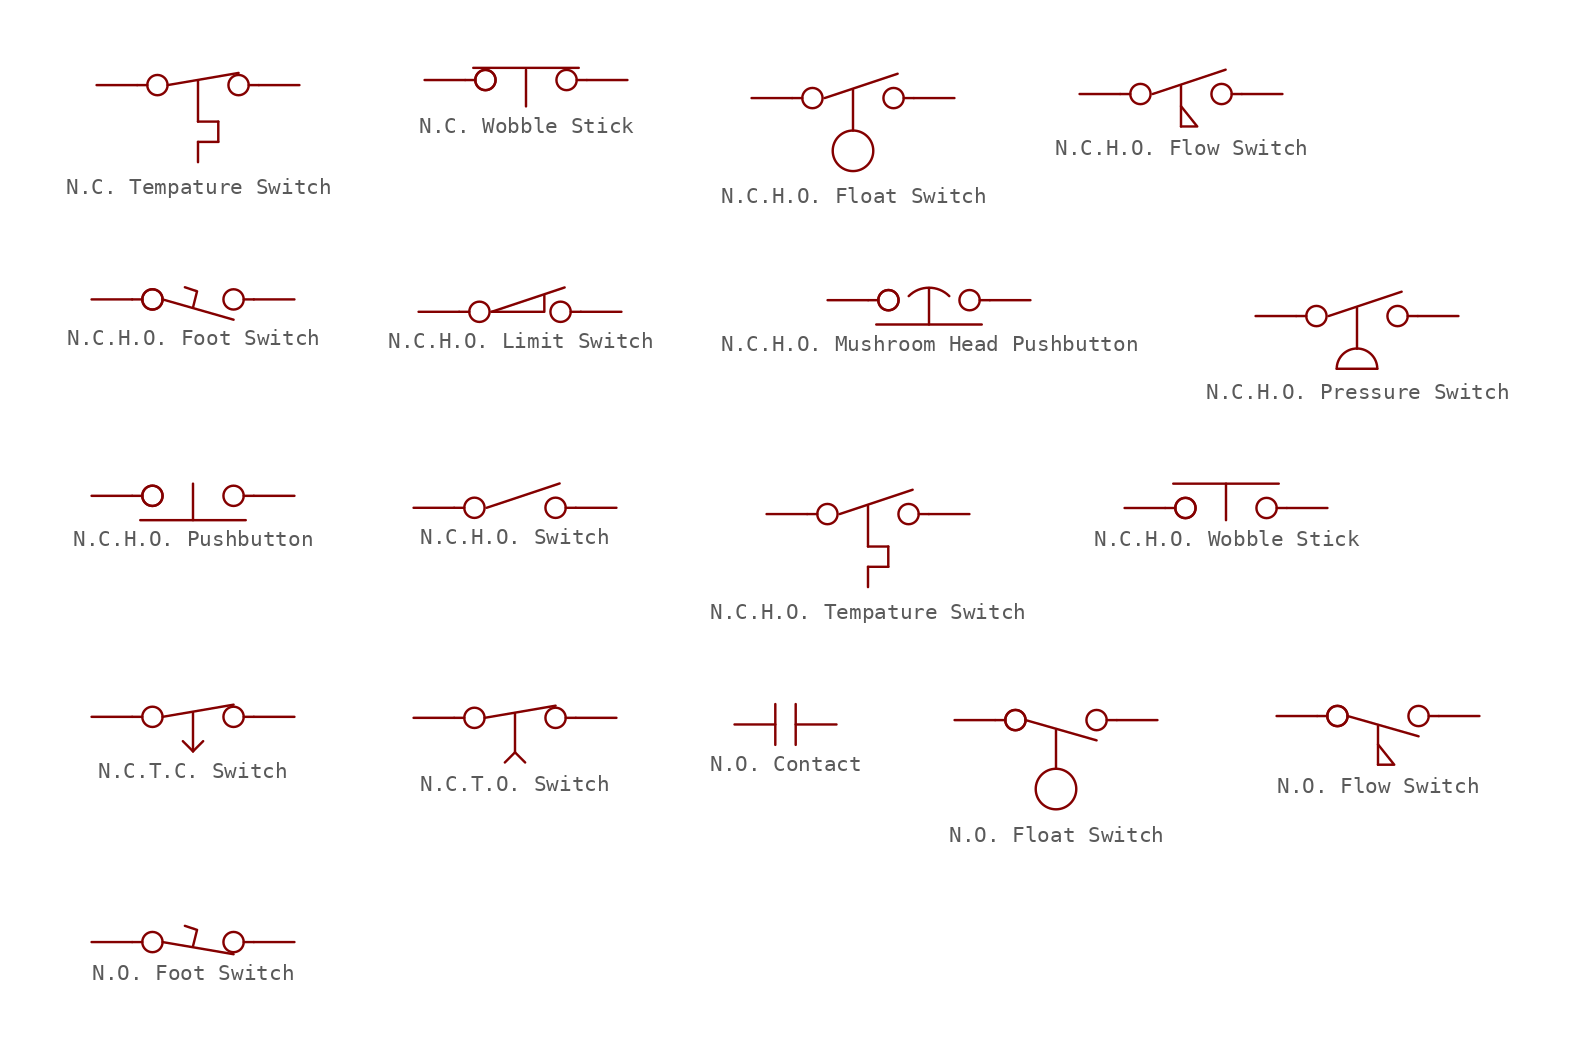
<source format=kicad_sym>
(kicad_symbol_lib
  (version 20241209)
  (generator "kicad_symbol_editor")
  (generator_version "9.0")
  (symbol "N.C. Tempature Switch"
    (property "Reference" "U"
      (at 0 1.524 0)
      (effects (font (size 1.27 1.27)) (hide yes)))
    (property "Value" ""
      (at 0 0 0)
      (effects (font (size 1.27 1.27))))
    (symbol "N.C. Tempature Switch_0_1"
      (polyline (pts (xy -3.81 0) (xy -3.175 0)) (stroke (width 0) (type default)) (fill (type none)))
      (circle (center -2.54 0) (radius 0.635) (stroke (width 0) (type default)) (fill (type none)))
      (polyline (pts (xy -1.905 0) (xy 2.54 0.762)) (stroke (width 0) (type default)) (fill (type none)))
      (polyline (pts (xy 0 0.254) (xy 0 -2.286)) (stroke (width 0) (type default)) (fill (type none)))
      (polyline (pts (xy 0 -2.286) (xy 1.27 -2.286)) (stroke (width 0) (type default)) (fill (type none)))
      (polyline (pts (xy 0 -3.556) (xy 0 -4.826)) (stroke (width 0) (type default)) (fill (type none)))
      (polyline (pts (xy 1.27 -3.556) (xy 0 -3.556)) (stroke (width 0) (type default)) (fill (type none)))
      (polyline (pts (xy 1.27 -3.556) (xy 1.27 -2.286)) (stroke (width 0) (type default)) (fill (type none)))
      (circle (center 2.54 0) (radius 0.635) (stroke (width 0) (type default)) (fill (type none)))
      (polyline (pts (xy 3.81 0) (xy 3.175 0)) (stroke (width 0) (type default)) (fill (type none))))
    (symbol "N.C. Tempature Switch_1_1"
      (pin input line (at -6.35 0 0) (length 2.54) (name "" (effects (font (size 1.27 1.27)))) (number "" (effects (font (size 1.27 1.27)))))
      (pin input line (at 6.35 0 180) (length 2.54) (name "" (effects (font (size 1.27 1.27)))) (number "" (effects (font (size 1.27 1.27)))))))
  (symbol "N.C. Wobble Stick"
    (property "Reference" "U"
      (at 0 2.032 0)
      (effects (font (size 1.27 1.27)) (hide yes)))
    (property "Value" ""
      (at 0 0 0)
      (effects (font (size 1.27 1.27))))
    (symbol "N.C. Wobble Stick_0_1"
      (polyline (pts (xy -3.81 0) (xy -3.175 0)) (stroke (width 0) (type default)) (fill (type none)))
      (polyline (pts (xy -3.302 0.762) (xy 3.302 0.762)) (stroke (width 0) (type default)) (fill (type none)))
      (circle (center -2.54 0) (radius 0.635) (stroke (width 0) (type default)) (fill (type none)))
      (circle (center -2.54 0) (radius 0.635) (stroke (width 0) (type default)) (fill (type none)))
      (polyline (pts (xy 0 -1.651) (xy 0 0.635)) (stroke (width 0) (type default)) (fill (type none)))
      (circle (center 2.54 0) (radius 0.635) (stroke (width 0) (type default)) (fill (type none)))
      (polyline (pts (xy 3.81 0) (xy 3.175 0)) (stroke (width 0) (type default)) (fill (type none))))
    (symbol "N.C. Wobble Stick_1_1"
      (pin input line (at -6.35 0 0) (length 2.54) (name "" (effects (font (size 1.27 1.27)))) (number "" (effects (font (size 1.27 1.27)))))
      (pin input line (at 6.35 0 180) (length 2.54) (name "" (effects (font (size 1.27 1.27)))) (number "" (effects (font (size 1.27 1.27)))))))
  (symbol "N.C.H.O. Float Switch"
    (property "Reference" "U"
      (at 0 2.794 0)
      (effects (font (size 1.27 1.27)) (hide yes)))
    (property "Value" ""
      (at 0 0 0)
      (effects (font (size 1.27 1.27))))
    (symbol "N.C.H.O. Float Switch_0_1"
      (polyline (pts (xy -3.81 0) (xy -3.175 0)) (stroke (width 0) (type default)) (fill (type none)))
      (circle (center -2.54 0) (radius 0.635) (stroke (width 0) (type default)) (fill (type none)))
      (polyline (pts (xy -1.778 0) (xy 2.794 1.524)) (stroke (width 0) (type default)) (fill (type none)))
      (polyline (pts (xy 0 0.508) (xy 0 -2.032)) (stroke (width 0) (type default)) (fill (type none)))
      (circle (center 0 -3.302) (radius 1.27) (stroke (width 0) (type default)) (fill (type none)))
      (circle (center 2.54 0) (radius 0.635) (stroke (width 0) (type default)) (fill (type none)))
      (polyline (pts (xy 3.81 0) (xy 3.175 0)) (stroke (width 0) (type default)) (fill (type none))))
    (symbol "N.C.H.O. Float Switch_1_1"
      (pin input line (at -6.35 0 0) (length 2.54) (name "" (effects (font (size 1.27 1.27)))) (number "" (effects (font (size 1.27 1.27)))))
      (pin input line (at 6.35 0 180) (length 2.54) (name "" (effects (font (size 1.27 1.27)))) (number "" (effects (font (size 1.27 1.27)))))))
  (symbol "N.C.H.O. Flow Switch"
    (property "Reference" "U"
      (at 0 2.794 0)
      (effects (font (size 1.27 1.27)) (hide yes)))
    (property "Value" ""
      (at 0 0 0)
      (effects (font (size 1.27 1.27))))
    (symbol "N.C.H.O. Flow Switch_0_1"
      (polyline (pts (xy -3.81 0) (xy -3.175 0)) (stroke (width 0) (type default)) (fill (type none)))
      (circle (center -2.54 0) (radius 0.635) (stroke (width 0) (type default)) (fill (type none)))
      (polyline (pts (xy -1.778 0) (xy 2.794 1.524)) (stroke (width 0) (type default)) (fill (type none)))
      (polyline (pts (xy 0 0.508) (xy 0 -2.032)) (stroke (width 0) (type default)) (fill (type none)))
      (polyline (pts (xy 0 -0.762) (xy 1.016 -2.032) (xy 0.254 -2.032) (xy 0 -2.032)) (stroke (width 0) (type default)) (fill (type none)))
      (circle (center 2.54 0) (radius 0.635) (stroke (width 0) (type default)) (fill (type none)))
      (polyline (pts (xy 3.81 0) (xy 3.175 0)) (stroke (width 0) (type default)) (fill (type none))))
    (symbol "N.C.H.O. Flow Switch_1_1"
      (pin input line (at -6.35 0 0) (length 2.54) (name "" (effects (font (size 1.27 1.27)))) (number "" (effects (font (size 1.27 1.27)))))
      (pin input line (at 6.35 0 180) (length 2.54) (name "" (effects (font (size 1.27 1.27)))) (number "" (effects (font (size 1.27 1.27)))))))
  (symbol "N.C.H.O. Foot Switch"
    (property "Reference" "U"
      (at 0 3.302 0)
      (effects (font (size 1.27 1.27)) (hide yes)))
    (property "Value" ""
      (at 0 0 0)
      (effects (font (size 1.27 1.27))))
    (symbol "N.C.H.O. Foot Switch_0_1"
      (polyline (pts (xy -3.81 0) (xy -3.175 0)) (stroke (width 0) (type default)) (fill (type none)))
      (circle (center -2.54 0) (radius 0.635) (stroke (width 0) (type default)) (fill (type none)))
      (circle (center -2.54 0) (radius 0.635) (stroke (width 0) (type default)) (fill (type none)))
      (polyline (pts (xy -1.905 0) (xy 2.54 -1.27)) (stroke (width 0) (type default)) (fill (type none)))
      (polyline (pts (xy 0 -0.508) (xy 0.254 0.508) (xy -0.508 0.762)) (stroke (width 0) (type default)) (fill (type none)))
      (circle (center 2.54 0) (radius 0.635) (stroke (width 0) (type default)) (fill (type none)))
      (polyline (pts (xy 3.81 0) (xy 3.175 0)) (stroke (width 0) (type default)) (fill (type none))))
    (symbol "N.C.H.O. Foot Switch_1_1"
      (pin input line (at -6.35 0 0) (length 2.54) (name "" (effects (font (size 1.27 1.27)))) (number "" (effects (font (size 1.27 1.27)))))
      (pin input line (at 6.35 0 180) (length 2.54) (name "" (effects (font (size 1.27 1.27)))) (number "" (effects (font (size 1.27 1.27)))))))
  (symbol "N.C.H.O. Limit Switch"
    (property "Reference" "U"
      (at 0 2.794 0)
      (effects (font (size 1.27 1.27)) (hide yes)))
    (property "Value" ""
      (at 0 0 0)
      (effects (font (size 1.27 1.27))))
    (symbol "N.C.H.O. Limit Switch_0_1"
      (polyline (pts (xy -3.81 0) (xy -3.175 0)) (stroke (width 0) (type default)) (fill (type none)))
      (circle (center -2.54 0) (radius 0.635) (stroke (width 0) (type default)) (fill (type none)))
      (polyline (pts (xy -1.778 0) (xy 2.794 1.524)) (stroke (width 0) (type default)) (fill (type none)))
      (polyline (pts (xy -1.778 0) (xy 1.524 0) (xy 1.524 1.016)) (stroke (width 0) (type default)) (fill (type none)))
      (circle (center 2.54 0) (radius 0.635) (stroke (width 0) (type default)) (fill (type none)))
      (polyline (pts (xy 3.81 0) (xy 3.175 0)) (stroke (width 0) (type default)) (fill (type none))))
    (symbol "N.C.H.O. Limit Switch_1_1"
      (pin input line (at -6.35 0 0) (length 2.54) (name "" (effects (font (size 1.27 1.27)))) (number "" (effects (font (size 1.27 1.27)))))
      (pin input line (at 6.35 0 180) (length 2.54) (name "" (effects (font (size 1.27 1.27)))) (number "" (effects (font (size 1.27 1.27)))))))
  (symbol "N.C.H.O. Mushroom Head Pushbutton"
    (property "Reference" "U"
      (at 0 2.032 0)
      (effects (font (size 1.27 1.27)) (hide yes)))
    (property "Value" ""
      (at 0 0 0)
      (effects (font (size 1.27 1.27))))
    (symbol "N.C.H.O. Mushroom Head Pushbutton_0_1"
      (polyline (pts (xy -3.81 0) (xy -3.175 0)) (stroke (width 0) (type default)) (fill (type none)))
      (polyline (pts (xy -3.302 -1.524) (xy 3.302 -1.524)) (stroke (width 0) (type default)) (fill (type none)))
      (circle (center -2.54 0) (radius 0.635) (stroke (width 0) (type default)) (fill (type none)))
      (circle (center -2.54 0) (radius 0.635) (stroke (width 0) (type default)) (fill (type none)))
      (arc (start -1.27 0.2538) (mid 0 0.7799) (end 1.27 0.2538) (stroke (width 0) (type default)) (fill (type none)))
      (polyline (pts (xy 0 -1.524) (xy 0 0.762)) (stroke (width 0) (type default)) (fill (type none)))
      (circle (center 2.54 0) (radius 0.635) (stroke (width 0) (type default)) (fill (type none)))
      (polyline (pts (xy 3.81 0) (xy 3.175 0)) (stroke (width 0) (type default)) (fill (type none))))
    (symbol "N.C.H.O. Mushroom Head Pushbutton_1_1"
      (pin input line (at -6.35 0 0) (length 2.54) (name "" (effects (font (size 1.27 1.27)))) (number "" (effects (font (size 1.27 1.27)))))
      (pin input line (at 6.35 0 180) (length 2.54) (name "" (effects (font (size 1.27 1.27)))) (number "" (effects (font (size 1.27 1.27)))))))
  (symbol "N.C.H.O. Pressure Switch"
    (property "Reference" "U"
      (at 0 2.794 0)
      (effects (font (size 1.27 1.27)) (hide yes)))
    (property "Value" ""
      (at 0 0 0)
      (effects (font (size 1.27 1.27))))
    (symbol "N.C.H.O. Pressure Switch_0_1"
      (polyline (pts (xy -3.81 0) (xy -3.175 0)) (stroke (width 0) (type default)) (fill (type none)))
      (circle (center -2.54 0) (radius 0.635) (stroke (width 0) (type default)) (fill (type none)))
      (polyline (pts (xy -1.778 0) (xy 2.794 1.524)) (stroke (width 0) (type default)) (fill (type none)))
      (polyline (pts (xy -1.27 -3.302) (xy 1.27 -3.302)) (stroke (width 0) (type default)) (fill (type none)))
      (arc (start 0 -2.032) (mid 0.898 -2.404) (end 1.27 -3.302) (stroke (width 0) (type default)) (fill (type none)))
      (polyline (pts (xy 0 0.508) (xy 0 -2.032)) (stroke (width 0) (type default)) (fill (type none)))
      (arc (start -1.27 -3.302) (mid -0.898 -2.404) (end 0 -2.032) (stroke (width 0) (type default)) (fill (type none)))
      (circle (center 2.54 0) (radius 0.635) (stroke (width 0) (type default)) (fill (type none)))
      (polyline (pts (xy 3.81 0) (xy 3.175 0)) (stroke (width 0) (type default)) (fill (type none))))
    (symbol "N.C.H.O. Pressure Switch_1_1"
      (pin input line (at -6.35 0 0) (length 2.54) (name "" (effects (font (size 1.27 1.27)))) (number "" (effects (font (size 1.27 1.27)))))
      (pin input line (at 6.35 0 180) (length 2.54) (name "" (effects (font (size 1.27 1.27)))) (number "" (effects (font (size 1.27 1.27)))))))
  (symbol "N.C.H.O. Pushbutton"
    (property "Reference" "U"
      (at 0 2.032 0)
      (effects (font (size 1.27 1.27)) (hide yes)))
    (property "Value" ""
      (at 0 0 0)
      (effects (font (size 1.27 1.27))))
    (symbol "N.C.H.O. Pushbutton_0_1"
      (polyline (pts (xy -3.81 0) (xy -3.175 0)) (stroke (width 0) (type default)) (fill (type none)))
      (polyline (pts (xy -3.302 -1.524) (xy 3.302 -1.524)) (stroke (width 0) (type default)) (fill (type none)))
      (circle (center -2.54 0) (radius 0.635) (stroke (width 0) (type default)) (fill (type none)))
      (circle (center -2.54 0) (radius 0.635) (stroke (width 0) (type default)) (fill (type none)))
      (polyline (pts (xy 0 -1.524) (xy 0 0.762)) (stroke (width 0) (type default)) (fill (type none)))
      (circle (center 2.54 0) (radius 0.635) (stroke (width 0) (type default)) (fill (type none)))
      (polyline (pts (xy 3.81 0) (xy 3.175 0)) (stroke (width 0) (type default)) (fill (type none))))
    (symbol "N.C.H.O. Pushbutton_1_1"
      (pin input line (at -6.35 0 0) (length 2.54) (name "" (effects (font (size 1.27 1.27)))) (number "" (effects (font (size 1.27 1.27)))))
      (pin input line (at 6.35 0 180) (length 2.54) (name "" (effects (font (size 1.27 1.27)))) (number "" (effects (font (size 1.27 1.27)))))))
  (symbol "N.C.H.O. Switch"
    (property "Reference" "U"
      (at 0 2.794 0)
      (effects (font (size 1.27 1.27)) (hide yes)))
    (property "Value" ""
      (at 0 0 0)
      (effects (font (size 1.27 1.27))))
    (symbol "N.C.H.O. Switch_0_1"
      (polyline (pts (xy -3.81 0) (xy -3.175 0)) (stroke (width 0) (type default)) (fill (type none)))
      (circle (center -2.54 0) (radius 0.635) (stroke (width 0) (type default)) (fill (type none)))
      (polyline (pts (xy -1.778 0) (xy 2.794 1.524)) (stroke (width 0) (type default)) (fill (type none)))
      (circle (center 2.54 0) (radius 0.635) (stroke (width 0) (type default)) (fill (type none)))
      (polyline (pts (xy 3.81 0) (xy 3.175 0)) (stroke (width 0) (type default)) (fill (type none))))
    (symbol "N.C.H.O. Switch_1_1"
      (pin input line (at -6.35 0 0) (length 2.54) (name "" (effects (font (size 1.27 1.27)))) (number "" (effects (font (size 1.27 1.27)))))
      (pin input line (at 6.35 0 180) (length 2.54) (name "" (effects (font (size 1.27 1.27)))) (number "" (effects (font (size 1.27 1.27)))))))
  (symbol "N.C.H.O. Tempature Switch"
    (property "Reference" "U"
      (at 0 2.794 0)
      (effects (font (size 1.27 1.27)) (hide yes)))
    (property "Value" ""
      (at 0 0 0)
      (effects (font (size 1.27 1.27))))
    (symbol "N.C.H.O. Tempature Switch_0_1"
      (polyline (pts (xy -3.81 0) (xy -3.175 0)) (stroke (width 0) (type default)) (fill (type none)))
      (circle (center -2.54 0) (radius 0.635) (stroke (width 0) (type default)) (fill (type none)))
      (polyline (pts (xy -1.778 0) (xy 2.794 1.524)) (stroke (width 0) (type default)) (fill (type none)))
      (polyline (pts (xy 0 0.508) (xy 0 -2.032)) (stroke (width 0) (type default)) (fill (type none)))
      (polyline (pts (xy 0 -2.032) (xy 1.27 -2.032)) (stroke (width 0) (type default)) (fill (type none)))
      (polyline (pts (xy 0 -3.302) (xy 0 -4.572)) (stroke (width 0) (type default)) (fill (type none)))
      (polyline (pts (xy 1.27 -3.302) (xy 0 -3.302)) (stroke (width 0) (type default)) (fill (type none)))
      (polyline (pts (xy 1.27 -3.302) (xy 1.27 -2.032)) (stroke (width 0) (type default)) (fill (type none)))
      (circle (center 2.54 0) (radius 0.635) (stroke (width 0) (type default)) (fill (type none)))
      (polyline (pts (xy 3.81 0) (xy 3.175 0)) (stroke (width 0) (type default)) (fill (type none))))
    (symbol "N.C.H.O. Tempature Switch_1_1"
      (pin input line (at -6.35 0 0) (length 2.54) (name "" (effects (font (size 1.27 1.27)))) (number "" (effects (font (size 1.27 1.27)))))
      (pin input line (at 6.35 0 180) (length 2.54) (name "" (effects (font (size 1.27 1.27)))) (number "" (effects (font (size 1.27 1.27)))))))
  (symbol "N.C.H.O. Wobble Stick"
    (property "Reference" "U"
      (at 0 2.794 0)
      (effects (font (size 1.27 1.27)) (hide yes)))
    (property "Value" ""
      (at 0 0 0)
      (effects (font (size 1.27 1.27))))
    (symbol "N.C.H.O. Wobble Stick_0_1"
      (polyline (pts (xy -3.81 0) (xy -3.175 0)) (stroke (width 0) (type default)) (fill (type none)))
      (polyline (pts (xy -3.302 1.524) (xy 3.302 1.524)) (stroke (width 0) (type default)) (fill (type none)))
      (circle (center -2.54 0) (radius 0.635) (stroke (width 0) (type default)) (fill (type none)))
      (circle (center -2.54 0) (radius 0.635) (stroke (width 0) (type default)) (fill (type none)))
      (polyline (pts (xy 0 -0.762) (xy 0 1.524)) (stroke (width 0) (type default)) (fill (type none)))
      (circle (center 2.54 0) (radius 0.635) (stroke (width 0) (type default)) (fill (type none)))
      (polyline (pts (xy 3.81 0) (xy 3.175 0)) (stroke (width 0) (type default)) (fill (type none))))
    (symbol "N.C.H.O. Wobble Stick_1_1"
      (pin input line (at -6.35 0 0) (length 2.54) (name "" (effects (font (size 1.27 1.27)))) (number "" (effects (font (size 1.27 1.27)))))
      (pin input line (at 6.35 0 180) (length 2.54) (name "" (effects (font (size 1.27 1.27)))) (number "" (effects (font (size 1.27 1.27)))))))
  (symbol "N.C.T.C. Switch"
    (property "Reference" "U"
      (at 0 1.524 0)
      (effects (font (size 1.27 1.27)) (hide yes)))
    (property "Value" ""
      (at 0 0 0)
      (effects (font (size 1.27 1.27))))
    (symbol "N.C.T.C. Switch_0_1"
      (polyline (pts (xy -3.81 0) (xy -3.175 0)) (stroke (width 0) (type default)) (fill (type none)))
      (circle (center -2.54 0) (radius 0.635) (stroke (width 0) (type default)) (fill (type none)))
      (polyline (pts (xy -1.905 0) (xy 2.54 0.762)) (stroke (width 0) (type default)) (fill (type none)))
      (polyline (pts (xy 0 0.254) (xy 0 -2.159)) (stroke (width 0) (type default)) (fill (type none)))
      (polyline (pts (xy 0 -2.159) (xy -0.635 -1.524)) (stroke (width 0) (type default)) (fill (type none)))
      (polyline (pts (xy 0 -2.159) (xy 0.635 -1.524)) (stroke (width 0) (type default)) (fill (type none)))
      (circle (center 2.54 0) (radius 0.635) (stroke (width 0) (type default)) (fill (type none)))
      (polyline (pts (xy 3.81 0) (xy 3.175 0)) (stroke (width 0) (type default)) (fill (type none))))
    (symbol "N.C.T.C. Switch_1_1"
      (pin input line (at -6.35 0 0) (length 2.54) (name "" (effects (font (size 1.27 1.27)))) (number "" (effects (font (size 1.27 1.27)))))
      (pin input line (at 6.35 0 180) (length 2.54) (name "" (effects (font (size 1.27 1.27)))) (number "" (effects (font (size 1.27 1.27)))))))
  (symbol "N.C.T.O. Switch"
    (property "Reference" "U"
      (at 0 1.524 0)
      (effects (font (size 1.27 1.27)) (hide yes)))
    (property "Value" ""
      (at 0 0 0)
      (effects (font (size 1.27 1.27))))
    (symbol "N.C.T.O. Switch_0_1"
      (polyline (pts (xy -3.81 0) (xy -3.175 0)) (stroke (width 0) (type default)) (fill (type none)))
      (circle (center -2.54 0) (radius 0.635) (stroke (width 0) (type default)) (fill (type none)))
      (polyline (pts (xy -1.905 0) (xy 2.54 0.762)) (stroke (width 0) (type default)) (fill (type none)))
      (polyline (pts (xy 0 0.254) (xy 0 -2.159)) (stroke (width 0) (type default)) (fill (type none)))
      (polyline (pts (xy 0 -2.159) (xy -0.635 -2.794)) (stroke (width 0) (type default)) (fill (type none)))
      (polyline (pts (xy 0 -2.159) (xy 0.635 -2.794)) (stroke (width 0) (type default)) (fill (type none)))
      (circle (center 2.54 0) (radius 0.635) (stroke (width 0) (type default)) (fill (type none)))
      (polyline (pts (xy 3.81 0) (xy 3.175 0)) (stroke (width 0) (type default)) (fill (type none))))
    (symbol "N.C.T.O. Switch_1_1"
      (pin input line (at -6.35 0 0) (length 2.54) (name "" (effects (font (size 1.27 1.27)))) (number "" (effects (font (size 1.27 1.27)))))
      (pin input line (at 6.35 0 180) (length 2.54) (name "" (effects (font (size 1.27 1.27)))) (number "" (effects (font (size 1.27 1.27)))))))
  (symbol "N.O. Contact"
    (property "Reference" "U"
      (at 0 2.286 0)
      (effects (font (size 1.27 1.27)) (hide yes)))
    (property "Value" ""
      (at 0 0 0)
      (effects (font (size 1.27 1.27))))
    (symbol "N.O. Contact_0_1"
      (polyline (pts (xy -0.635 1.27) (xy -0.635 -1.27)) (stroke (width 0) (type default)) (fill (type none)))
      (polyline (pts (xy 0.635 1.27) (xy 0.635 -1.27)) (stroke (width 0) (type default)) (fill (type none))))
    (symbol "N.O. Contact_1_1"
      (pin input line (at -3.175 0 0) (length 2.54) (name "" (effects (font (size 1.27 1.27)))) (number "" (effects (font (size 1.27 1.27)))))
      (pin input line (at 3.175 0 180) (length 2.54) (name "" (effects (font (size 1.27 1.27)))) (number "" (effects (font (size 1.27 1.27)))))))
  (symbol "N.O. Float Switch"
    (property "Reference" "U"
      (at 0 1.524 0)
      (effects (font (size 1.27 1.27)) (hide yes)))
    (property "Value" ""
      (at 0 0 0)
      (effects (font (size 1.27 1.27))))
    (symbol "N.O. Float Switch_0_1"
      (polyline (pts (xy -3.81 0) (xy -3.175 0)) (stroke (width 0) (type default)) (fill (type none)))
      (circle (center -2.54 0) (radius 0.635) (stroke (width 0) (type default)) (fill (type none)))
      (circle (center -2.54 0) (radius 0.635) (stroke (width 0) (type default)) (fill (type none)))
      (polyline (pts (xy -1.905 0) (xy 2.54 -1.27)) (stroke (width 0) (type default)) (fill (type none)))
      (polyline (pts (xy 0 -0.635) (xy 0 -3.048)) (stroke (width 0) (type default)) (fill (type none)))
      (circle (center 0 -4.318) (radius 1.27) (stroke (width 0) (type default)) (fill (type none)))
      (circle (center 2.54 0) (radius 0.635) (stroke (width 0) (type default)) (fill (type none)))
      (polyline (pts (xy 3.81 0) (xy 3.175 0)) (stroke (width 0) (type default)) (fill (type none))))
    (symbol "N.O. Float Switch_1_1"
      (pin input line (at -6.35 0 0) (length 2.54) (name "" (effects (font (size 1.27 1.27)))) (number "" (effects (font (size 1.27 1.27)))))
      (pin input line (at 6.35 0 180) (length 2.54) (name "" (effects (font (size 1.27 1.27)))) (number "" (effects (font (size 1.27 1.27)))))))
  (symbol "N.O. Flow Switch"
    (property "Reference" "U"
      (at 0 1.524 0)
      (effects (font (size 1.27 1.27)) (hide yes)))
    (property "Value" ""
      (at 0 0 0)
      (effects (font (size 1.27 1.27))))
    (symbol "N.O. Flow Switch_0_1"
      (polyline (pts (xy -3.81 0) (xy -3.175 0)) (stroke (width 0) (type default)) (fill (type none)))
      (circle (center -2.54 0) (radius 0.635) (stroke (width 0) (type default)) (fill (type none)))
      (circle (center -2.54 0) (radius 0.635) (stroke (width 0) (type default)) (fill (type none)))
      (polyline (pts (xy -1.905 0) (xy 2.54 -1.27)) (stroke (width 0) (type default)) (fill (type none)))
      (polyline (pts (xy 0 -0.635) (xy 0 -3.048)) (stroke (width 0) (type default)) (fill (type none)))
      (polyline (pts (xy 0 -1.778) (xy 1.016 -3.048) (xy 0.254 -3.048) (xy 0 -3.048)) (stroke (width 0) (type default)) (fill (type none)))
      (circle (center 2.54 0) (radius 0.635) (stroke (width 0) (type default)) (fill (type none)))
      (polyline (pts (xy 3.81 0) (xy 3.175 0)) (stroke (width 0) (type default)) (fill (type none))))
    (symbol "N.O. Flow Switch_1_1"
      (pin input line (at -6.35 0 0) (length 2.54) (name "" (effects (font (size 1.27 1.27)))) (number "" (effects (font (size 1.27 1.27)))))
      (pin input line (at 6.35 0 180) (length 2.54) (name "" (effects (font (size 1.27 1.27)))) (number "" (effects (font (size 1.27 1.27)))))))
  (symbol "N.O. Foot Switch"
    (property "Reference" "U"
      (at 0 2.794 0)
      (effects (font (size 1.27 1.27)) (hide yes)))
    (property "Value" ""
      (at 0 0 0)
      (effects (font (size 1.27 1.27))))
    (symbol "N.O. Foot Switch_0_1"
      (polyline (pts (xy -3.81 0) (xy -3.175 0)) (stroke (width 0) (type default)) (fill (type none)))
      (circle (center -2.54 0) (radius 0.635) (stroke (width 0) (type default)) (fill (type none)))
      (polyline (pts (xy -1.905 0) (xy 2.54 -0.762)) (stroke (width 0) (type default)) (fill (type none)))
      (polyline (pts (xy 0 -0.254) (xy 0.254 0.762) (xy -0.508 1.016)) (stroke (width 0) (type default)) (fill (type none)))
      (circle (center 2.54 0) (radius 0.635) (stroke (width 0) (type default)) (fill (type none)))
      (polyline (pts (xy 3.81 0) (xy 3.175 0)) (stroke (width 0) (type default)) (fill (type none))))
    (symbol "N.O. Foot Switch_1_1"
      (pin input line (at -6.35 0 0) (length 2.54) (name "" (effects (font (size 1.27 1.27)))) (number "" (effects (font (size 1.27 1.27)))))
      (pin input line (at 6.35 0 180) (length 2.54) (name "" (effects (font (size 1.27 1.27)))) (number "" (effects (font (size 1.27 1.27))))))))
</source>
